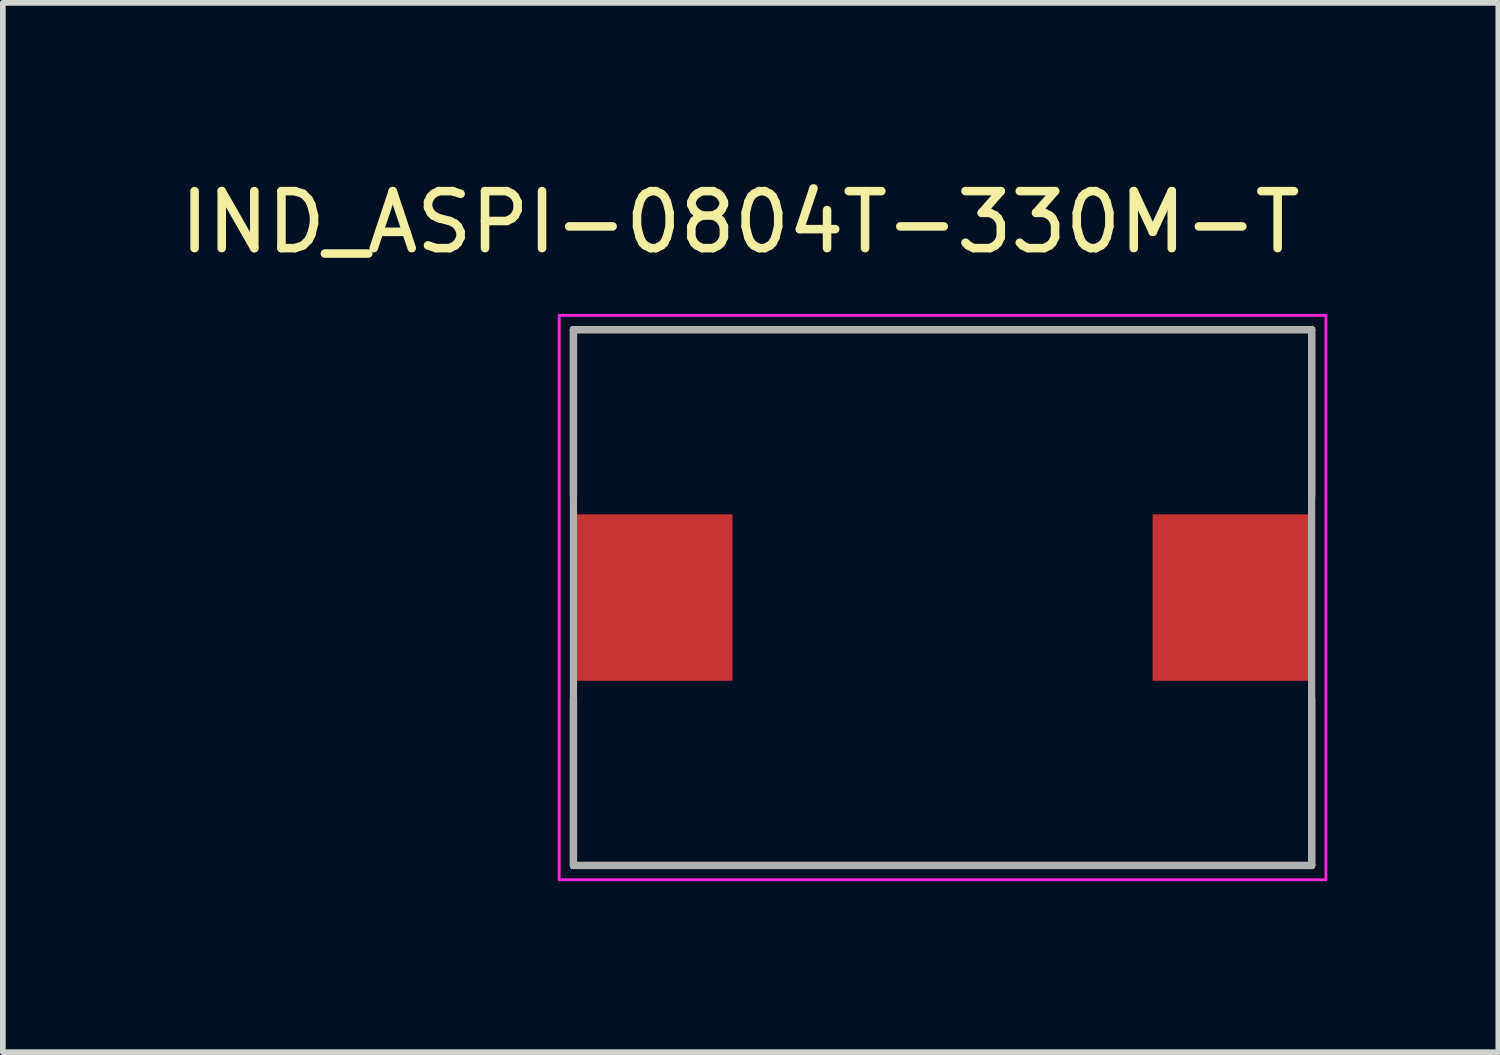
<source format=kicad_pcb>
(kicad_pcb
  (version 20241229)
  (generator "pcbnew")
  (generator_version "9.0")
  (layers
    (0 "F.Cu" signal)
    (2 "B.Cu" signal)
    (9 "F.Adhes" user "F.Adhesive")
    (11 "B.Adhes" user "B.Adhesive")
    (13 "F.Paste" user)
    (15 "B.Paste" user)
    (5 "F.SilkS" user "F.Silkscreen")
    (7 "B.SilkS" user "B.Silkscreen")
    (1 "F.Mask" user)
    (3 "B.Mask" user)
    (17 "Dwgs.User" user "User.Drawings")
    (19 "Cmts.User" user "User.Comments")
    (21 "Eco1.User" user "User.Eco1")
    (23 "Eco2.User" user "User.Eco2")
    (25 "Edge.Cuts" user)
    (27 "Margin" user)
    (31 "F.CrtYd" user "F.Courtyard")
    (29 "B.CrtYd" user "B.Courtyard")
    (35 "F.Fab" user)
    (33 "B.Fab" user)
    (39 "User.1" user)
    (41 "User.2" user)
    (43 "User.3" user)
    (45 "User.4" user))
  (footprint "IND_ASPI-0804T-330M-T"
    (layer "F.Cu")
    (at 13.485 7.433)
    (property "Reference" "IND_ASPI-0804T-330M-T" (at -3.55 -6.585 0) (layer "F.SilkS") (effects (font (size 1 1) (thickness 0.15))))
    (attr smd)
    (fp_line (start -6.475 -4.7) (end 6.475 -4.7) (stroke (width 0.127) (type solid)) (layer "F.SilkS"))
    (fp_line (start -6.475 -1.78) (end -6.475 -4.7) (stroke (width 0.127) (type solid)) (layer "F.SilkS"))
    (fp_line (start -6.475 4.7) (end -6.475 1.78) (stroke (width 0.127) (type solid)) (layer "F.SilkS"))
    (fp_line (start 6.475 -4.7) (end 6.475 -1.78) (stroke (width 0.127) (type solid)) (layer "F.SilkS"))
    (fp_line (start 6.475 4.7) (end -6.475 4.7) (stroke (width 0.127) (type solid)) (layer "F.SilkS"))
    (fp_line (start 6.475 4.7) (end 6.475 1.78) (stroke (width 0.127) (type solid)) (layer "F.SilkS"))
    (fp_line (start -6.725 -4.95) (end -6.725 4.95) (stroke (width 0.05) (type solid)) (layer "F.CrtYd"))
    (fp_line (start -6.725 4.95) (end 6.725 4.95) (stroke (width 0.05) (type solid)) (layer "F.CrtYd"))
    (fp_line (start 6.725 -4.95) (end -6.725 -4.95) (stroke (width 0.05) (type solid)) (layer "F.CrtYd"))
    (fp_line (start 6.725 4.95) (end 6.725 -4.95) (stroke (width 0.05) (type solid)) (layer "F.CrtYd"))
    (fp_line (start -6.475 -4.7) (end 6.475 -4.7) (stroke (width 0.127) (type solid)) (layer "F.Fab"))
    (fp_line (start -6.475 4.7) (end -6.475 -4.7) (stroke (width 0.127) (type solid)) (layer "F.Fab"))
    (fp_line (start 6.475 -4.7) (end 6.475 4.7) (stroke (width 0.127) (type solid)) (layer "F.Fab"))
    (fp_line (start 6.475 4.7) (end -6.475 4.7) (stroke (width 0.127) (type solid)) (layer "F.Fab"))
    (pad "1" smd rect (at -5.08 0) (size 2.79 2.92) (layers "F.Cu" "F.Mask" "F.Paste"))
    (pad "2" smd rect (at 5.08 0) (size 2.79 2.92) (layers "F.Cu" "F.Mask" "F.Paste")))
  (gr_rect
    (start -3 -3)
    (end 23.235 15.408)
    (stroke (width 0.1) (type default))
    (fill no)
    (layer "Edge.Cuts")))
</source>
